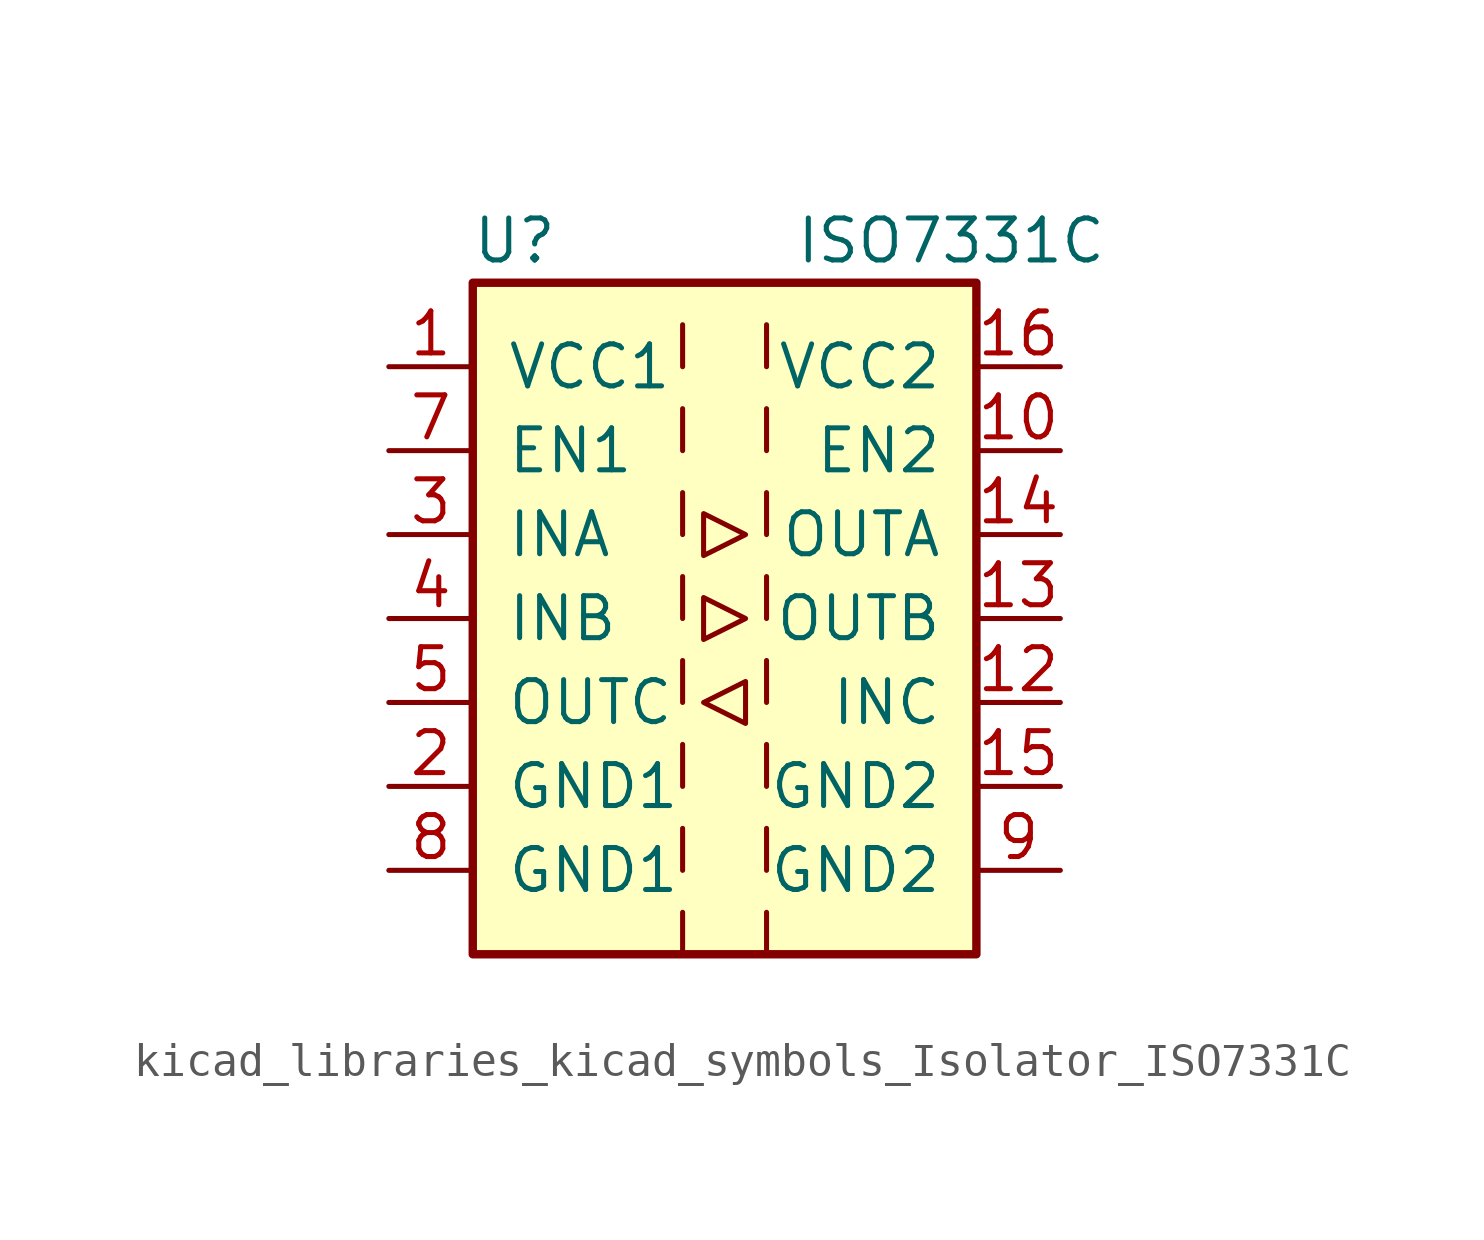
<source format=kicad_sym>
(kicad_symbol_lib
  (version 20220914)
  (generator kicad_symbol_editor)
  (symbol "kicad_libraries_kicad_symbols_Isolator_ISO7331C"
    (pin_names
      (offset 1.016))
    (property "Reference" "U"
      (at -6.35 11.43 0)
      (effects (font (size 1.27 1.27))))
    (property "Value" "ISO7331C"
      (at 6.858 11.43 0)
      (effects (font (size 1.27 1.27))))
    (symbol "kicad_libraries_kicad_symbols_Isolator_ISO7331C_0_1"
      (rectangle (start -7.62 10.16) (end 7.62 -10.16) (stroke (width 0.254) (type default)) (fill (type background)))
      (polyline (pts (xy -1.27 -8.89) (xy -1.27 -10.16)) (stroke (width 0) (type default)) (fill (type none)))
      (polyline (pts (xy -1.27 -6.35) (xy -1.27 -7.62)) (stroke (width 0) (type default)) (fill (type none)))
      (polyline (pts (xy -1.27 -3.81) (xy -1.27 -5.08)) (stroke (width 0) (type default)) (fill (type none)))
      (polyline (pts (xy -1.27 -1.27) (xy -1.27 -2.54)) (stroke (width 0) (type default)) (fill (type none)))
      (polyline (pts (xy -1.27 1.27) (xy -1.27 0)) (stroke (width 0) (type default)) (fill (type none)))
      (polyline (pts (xy -1.27 3.81) (xy -1.27 2.54)) (stroke (width 0) (type default)) (fill (type none)))
      (polyline (pts (xy -1.27 6.35) (xy -1.27 5.08)) (stroke (width 0) (type default)) (fill (type none)))
      (polyline (pts (xy -1.27 8.89) (xy -1.27 7.62)) (stroke (width 0) (type default)) (fill (type none)))
      (polyline (pts (xy 1.27 -8.89) (xy 1.27 -10.16)) (stroke (width 0) (type default)) (fill (type none)))
      (polyline (pts (xy 1.27 -6.35) (xy 1.27 -7.62)) (stroke (width 0) (type default)) (fill (type none)))
      (polyline (pts (xy 1.27 -3.81) (xy 1.27 -5.08)) (stroke (width 0) (type default)) (fill (type none)))
      (polyline (pts (xy 1.27 -1.27) (xy 1.27 -2.54)) (stroke (width 0) (type default)) (fill (type none)))
      (polyline (pts (xy 1.27 1.27) (xy 1.27 0)) (stroke (width 0) (type default)) (fill (type none)))
      (polyline (pts (xy 1.27 3.81) (xy 1.27 2.54)) (stroke (width 0) (type default)) (fill (type none)))
      (polyline (pts (xy 1.27 6.35) (xy 1.27 5.08)) (stroke (width 0) (type default)) (fill (type none)))
      (polyline (pts (xy 1.27 8.89) (xy 1.27 7.62)) (stroke (width 0) (type default)) (fill (type none)))
      (polyline (pts (xy -0.635 -2.54) (xy 0.635 -1.905) (xy 0.635 -3.175) (xy -0.635 -2.54)) (stroke (width 0) (type default)) (fill (type none)))
      (polyline (pts (xy -0.635 0.635) (xy -0.635 -0.635) (xy 0.635 0) (xy -0.635 0.635)) (stroke (width 0) (type default)) (fill (type none)))
      (polyline (pts (xy -0.635 3.175) (xy -0.635 1.905) (xy 0.635 2.54) (xy -0.635 3.175)) (stroke (width 0) (type default)) (fill (type none))))
    (symbol "kicad_libraries_kicad_symbols_Isolator_ISO7331C_1_1"
      (pin power_in line (at -10.16 7.62 0) (length 2.54) (name "VCC1" (effects (font (size 1.27 1.27)))) (number "1" (effects (font (size 1.27 1.27)))))
      (pin input line (at 10.16 5.08 180) (length 2.54) (name "EN2" (effects (font (size 1.27 1.27)))) (number "10" (effects (font (size 1.27 1.27)))))
      (pin no_connect line (at 0 10.16 270) (length 2.54) hide (name "NC" (effects (font (size 1.27 1.27)))) (number "11" (effects (font (size 1.27 1.27)))))
      (pin input line (at 10.16 -2.54 180) (length 2.54) (name "INC" (effects (font (size 1.27 1.27)))) (number "12" (effects (font (size 1.27 1.27)))))
      (pin output line (at 10.16 0 180) (length 2.54) (name "OUTB" (effects (font (size 1.27 1.27)))) (number "13" (effects (font (size 1.27 1.27)))))
      (pin output line (at 10.16 2.54 180) (length 2.54) (name "OUTA" (effects (font (size 1.27 1.27)))) (number "14" (effects (font (size 1.27 1.27)))))
      (pin power_in line (at 10.16 -5.08 180) (length 2.54) (name "GND2" (effects (font (size 1.27 1.27)))) (number "15" (effects (font (size 1.27 1.27)))))
      (pin power_in line (at 10.16 7.62 180) (length 2.54) (name "VCC2" (effects (font (size 1.27 1.27)))) (number "16" (effects (font (size 1.27 1.27)))))
      (pin power_in line (at -10.16 -5.08 0) (length 2.54) (name "GND1" (effects (font (size 1.27 1.27)))) (number "2" (effects (font (size 1.27 1.27)))))
      (pin input line (at -10.16 2.54 0) (length 2.54) (name "INA" (effects (font (size 1.27 1.27)))) (number "3" (effects (font (size 1.27 1.27)))))
      (pin input line (at -10.16 0 0) (length 2.54) (name "INB" (effects (font (size 1.27 1.27)))) (number "4" (effects (font (size 1.27 1.27)))))
      (pin output line (at -10.16 -2.54 0) (length 2.54) (name "OUTC" (effects (font (size 1.27 1.27)))) (number "5" (effects (font (size 1.27 1.27)))))
      (pin no_connect line (at 0 -10.16 90) (length 2.54) hide (name "NC" (effects (font (size 1.27 1.27)))) (number "6" (effects (font (size 1.27 1.27)))))
      (pin input line (at -10.16 5.08 0) (length 2.54) (name "EN1" (effects (font (size 1.27 1.27)))) (number "7" (effects (font (size 1.27 1.27)))))
      (pin power_in line (at -10.16 -7.62 0) (length 2.54) (name "GND1" (effects (font (size 1.27 1.27)))) (number "8" (effects (font (size 1.27 1.27)))))
      (pin power_in line (at 10.16 -7.62 180) (length 2.54) (name "GND2" (effects (font (size 1.27 1.27)))) (number "9" (effects (font (size 1.27 1.27))))))))
</source>
